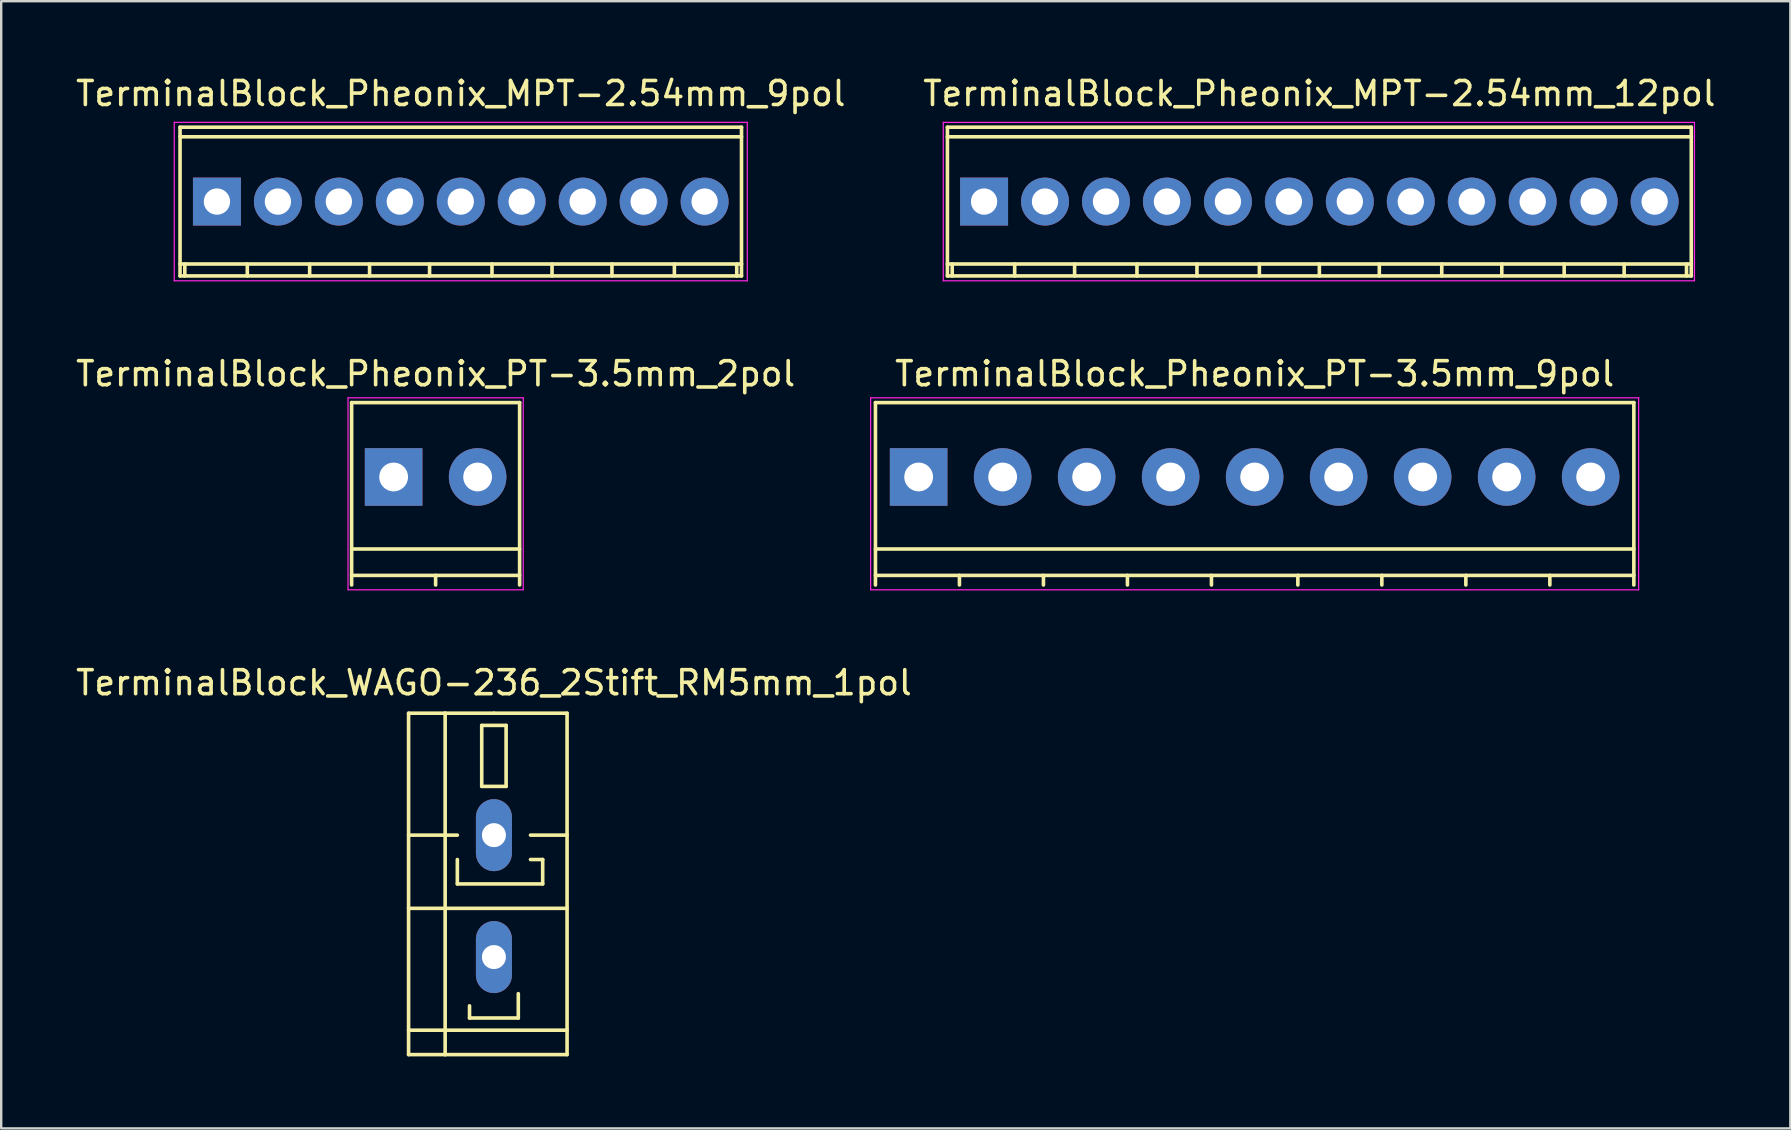
<source format=kicad_pcb>
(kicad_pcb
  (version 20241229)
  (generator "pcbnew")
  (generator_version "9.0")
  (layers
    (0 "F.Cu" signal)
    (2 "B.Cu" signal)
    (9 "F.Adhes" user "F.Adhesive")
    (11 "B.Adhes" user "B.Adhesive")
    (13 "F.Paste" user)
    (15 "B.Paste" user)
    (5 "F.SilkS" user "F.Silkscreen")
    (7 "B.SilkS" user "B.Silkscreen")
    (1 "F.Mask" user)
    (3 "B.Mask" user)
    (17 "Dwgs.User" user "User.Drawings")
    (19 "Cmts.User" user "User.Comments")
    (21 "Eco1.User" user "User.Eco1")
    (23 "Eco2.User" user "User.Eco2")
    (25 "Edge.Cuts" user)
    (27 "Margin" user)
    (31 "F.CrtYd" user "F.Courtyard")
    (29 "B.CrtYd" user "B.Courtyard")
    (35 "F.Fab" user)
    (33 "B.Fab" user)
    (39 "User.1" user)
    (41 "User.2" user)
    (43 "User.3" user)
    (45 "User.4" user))
  (footprint "TerminalBlock_Pheonix_MPT-2.54mm_9pol"
    (layer "F.Cu")
    (at 5.989 5.349)
    (property "Reference" "TerminalBlock_Pheonix_MPT-2.54mm_9pol" (at 10.16 -4.501 0) (layer "F.SilkS") (effects (font (size 1 1) (thickness 0.15))))
    (attr through_hole)
    (fp_line (start -1.539 -2.7) (end 21.859 -2.7) (stroke (width 0.15) (type solid)) (layer "F.SilkS"))
    (fp_line (start -1.539 3.099) (end 21.859 3.099) (stroke (width 0.15) (type solid)) (layer "F.SilkS"))
    (fp_line (start -1.537 -3.099) (end -1.537 3.099) (stroke (width 0.15) (type solid)) (layer "F.SilkS"))
    (fp_line (start -1.339 3.099) (end -1.339 2.601) (stroke (width 0.15) (type solid)) (layer "F.SilkS"))
    (fp_line (start 1.265 3.099) (end 1.265 2.601) (stroke (width 0.15) (type solid)) (layer "F.SilkS"))
    (fp_line (start 3.863 2.601) (end 3.863 3.099) (stroke (width 0.15) (type solid)) (layer "F.SilkS"))
    (fp_line (start 6.36 2.601) (end 6.36 3.099) (stroke (width 0.15) (type solid)) (layer "F.SilkS"))
    (fp_line (start 8.86 2.601) (end 8.86 3.099) (stroke (width 0.15) (type solid)) (layer "F.SilkS"))
    (fp_line (start 11.46 2.601) (end 11.46 3.099) (stroke (width 0.15) (type solid)) (layer "F.SilkS"))
    (fp_line (start 13.962 2.601) (end 13.962 3.099) (stroke (width 0.15) (type solid)) (layer "F.SilkS"))
    (fp_line (start 16.459 2.601) (end 16.459 3.099) (stroke (width 0.15) (type solid)) (layer "F.SilkS"))
    (fp_line (start 19.06 2.601) (end 19.06 3.099) (stroke (width 0.15) (type solid)) (layer "F.SilkS"))
    (fp_line (start 21.659 2.601) (end 21.659 3.099) (stroke (width 0.15) (type solid)) (layer "F.SilkS"))
    (fp_line (start 21.857 3.099) (end 21.857 -3.099) (stroke (width 0.15) (type solid)) (layer "F.SilkS"))
    (fp_line (start 21.859 -3.099) (end -1.539 -3.099) (stroke (width 0.15) (type solid)) (layer "F.SilkS"))
    (fp_line (start 21.859 2.601) (end -1.539 2.601) (stroke (width 0.15) (type solid)) (layer "F.SilkS"))
    (fp_line (start -1.778 -3.302) (end 22.098 -3.302) (stroke (width 0.05) (type solid)) (layer "F.CrtYd"))
    (fp_line (start -1.778 3.302) (end -1.778 -3.302) (stroke (width 0.05) (type solid)) (layer "F.CrtYd"))
    (fp_line (start 22.098 -3.302) (end 22.098 3.302) (stroke (width 0.05) (type solid)) (layer "F.CrtYd"))
    (fp_line (start 22.098 3.302) (end -1.778 3.302) (stroke (width 0.05) (type solid)) (layer "F.CrtYd"))
    (pad "1" thru_hole rect (at 0 0 180) (size 1.999 1.999) (drill 1.097) (layers "*.Cu" "*.Mask"))
    (pad "2" thru_hole oval (at 2.54 0 180) (size 1.999 1.999) (drill 1.097) (layers "*.Cu" "*.Mask"))
    (pad "3" thru_hole oval (at 5.08 0 180) (size 1.999 1.999) (drill 1.097) (layers "*.Cu" "*.Mask"))
    (pad "4" thru_hole oval (at 7.62 0 180) (size 1.999 1.999) (drill 1.097) (layers "*.Cu" "*.Mask"))
    (pad "5" thru_hole oval (at 10.16 0 180) (size 1.999 1.999) (drill 1.097) (layers "*.Cu" "*.Mask"))
    (pad "6" thru_hole oval (at 12.7 0 180) (size 1.999 1.999) (drill 1.097) (layers "*.Cu" "*.Mask"))
    (pad "7" thru_hole oval (at 15.24 0 180) (size 1.999 1.999) (drill 1.097) (layers "*.Cu" "*.Mask"))
    (pad "8" thru_hole oval (at 17.78 0 180) (size 1.999 1.999) (drill 1.097) (layers "*.Cu" "*.Mask"))
    (pad "9" thru_hole oval (at 20.32 0 180) (size 1.999 1.999) (drill 1.097) (layers "*.Cu" "*.Mask")))
  (footprint "TerminalBlock_Pheonix_PT-3.5mm_9pol"
    (layer "F.Cu")
    (at 35.227 16.824)
    (property "Reference" "TerminalBlock_Pheonix_PT-3.5mm_9pol" (at 14 -4.3 0) (layer "F.SilkS") (effects (font (size 1 1) (thickness 0.15))))
    (attr through_hole)
    (fp_line (start -1.8 -3.1) (end -1.8 4.5) (stroke (width 0.15) (type solid)) (layer "F.SilkS"))
    (fp_line (start -1.8 3) (end 29.8 3) (stroke (width 0.15) (type solid)) (layer "F.SilkS"))
    (fp_line (start -1.8 4.1) (end 29.8 4.1) (stroke (width 0.15) (type solid)) (layer "F.SilkS"))
    (fp_line (start 1.7 4.1) (end 1.7 4.5) (stroke (width 0.15) (type solid)) (layer "F.SilkS"))
    (fp_line (start 5.2 4.1) (end 5.2 4.5) (stroke (width 0.15) (type solid)) (layer "F.SilkS"))
    (fp_line (start 8.7 4.1) (end 8.7 4.5) (stroke (width 0.15) (type solid)) (layer "F.SilkS"))
    (fp_line (start 12.2 4.1) (end 12.2 4.5) (stroke (width 0.15) (type solid)) (layer "F.SilkS"))
    (fp_line (start 15.8 4.1) (end 15.8 4.5) (stroke (width 0.15) (type solid)) (layer "F.SilkS"))
    (fp_line (start 19.3 4.1) (end 19.3 4.5) (stroke (width 0.15) (type solid)) (layer "F.SilkS"))
    (fp_line (start 22.8 4.1) (end 22.8 4.5) (stroke (width 0.15) (type solid)) (layer "F.SilkS"))
    (fp_line (start 26.3 4.1) (end 26.3 4.5) (stroke (width 0.15) (type solid)) (layer "F.SilkS"))
    (fp_line (start 29.8 -3.1) (end -1.8 -3.1) (stroke (width 0.15) (type solid)) (layer "F.SilkS"))
    (fp_line (start 29.8 4.5) (end 29.8 -3.1) (stroke (width 0.15) (type solid)) (layer "F.SilkS"))
    (fp_line (start -2 -3.3) (end 30 -3.3) (stroke (width 0.05) (type solid)) (layer "F.CrtYd"))
    (fp_line (start -2 4.7) (end -2 -3.3) (stroke (width 0.05) (type solid)) (layer "F.CrtYd"))
    (fp_line (start 30 -3.3) (end 30 4.7) (stroke (width 0.05) (type solid)) (layer "F.CrtYd"))
    (fp_line (start 30 4.7) (end -2 4.7) (stroke (width 0.05) (type solid)) (layer "F.CrtYd"))
    (pad "1" thru_hole rect (at 0 0) (size 2.4 2.4) (drill 1.2) (layers "*.Cu" "*.Mask"))
    (pad "2" thru_hole circle (at 3.5 0) (size 2.4 2.4) (drill 1.2) (layers "*.Cu" "*.Mask"))
    (pad "3" thru_hole circle (at 7 0) (size 2.4 2.4) (drill 1.2) (layers "*.Cu" "*.Mask"))
    (pad "4" thru_hole circle (at 10.5 0) (size 2.4 2.4) (drill 1.2) (layers "*.Cu" "*.Mask"))
    (pad "5" thru_hole circle (at 14 0) (size 2.4 2.4) (drill 1.2) (layers "*.Cu" "*.Mask"))
    (pad "6" thru_hole circle (at 17.5 0) (size 2.4 2.4) (drill 1.2) (layers "*.Cu" "*.Mask"))
    (pad "7" thru_hole circle (at 21 0) (size 2.4 2.4) (drill 1.2) (layers "*.Cu" "*.Mask"))
    (pad "8" thru_hole circle (at 24.5 0) (size 2.4 2.4) (drill 1.2) (layers "*.Cu" "*.Mask"))
    (pad "9" thru_hole circle (at 28 0) (size 2.4 2.4) (drill 1.2) (layers "*.Cu" "*.Mask")))
  (footprint "TerminalBlock_Pheonix_MPT-2.54mm_12pol"
    (layer "F.Cu")
    (at 37.953 5.349)
    (property "Reference" "TerminalBlock_Pheonix_MPT-2.54mm_12pol" (at 13.97 -4.501 0) (layer "F.SilkS") (effects (font (size 1 1) (thickness 0.15))))
    (attr through_hole)
    (fp_line (start -1.529 -3.099) (end 29.469 -3.099) (stroke (width 0.15) (type solid)) (layer "F.SilkS"))
    (fp_line (start -1.529 2.601) (end 29.469 2.601) (stroke (width 0.15) (type solid)) (layer "F.SilkS"))
    (fp_line (start -1.527 -3.099) (end -1.527 3.099) (stroke (width 0.15) (type solid)) (layer "F.SilkS"))
    (fp_line (start -1.328 3.099) (end -1.328 2.601) (stroke (width 0.15) (type solid)) (layer "F.SilkS"))
    (fp_line (start 1.275 3.099) (end 1.275 2.601) (stroke (width 0.15) (type solid)) (layer "F.SilkS"))
    (fp_line (start 3.772 2.601) (end 3.772 3.099) (stroke (width 0.15) (type solid)) (layer "F.SilkS"))
    (fp_line (start 6.37 2.601) (end 6.37 3.099) (stroke (width 0.15) (type solid)) (layer "F.SilkS"))
    (fp_line (start 8.87 2.601) (end 8.87 3.099) (stroke (width 0.15) (type solid)) (layer "F.SilkS"))
    (fp_line (start 11.471 2.601) (end 11.471 3.099) (stroke (width 0.15) (type solid)) (layer "F.SilkS"))
    (fp_line (start 13.97 2.601) (end 13.97 3.099) (stroke (width 0.15) (type solid)) (layer "F.SilkS"))
    (fp_line (start 16.469 2.601) (end 16.469 3.099) (stroke (width 0.15) (type solid)) (layer "F.SilkS"))
    (fp_line (start 19.07 2.601) (end 19.07 3.099) (stroke (width 0.15) (type solid)) (layer "F.SilkS"))
    (fp_line (start 21.572 2.601) (end 21.572 3.099) (stroke (width 0.15) (type solid)) (layer "F.SilkS"))
    (fp_line (start 24.171 2.601) (end 24.171 3.099) (stroke (width 0.15) (type solid)) (layer "F.SilkS"))
    (fp_line (start 26.67 2.601) (end 26.67 3.099) (stroke (width 0.15) (type solid)) (layer "F.SilkS"))
    (fp_line (start 29.268 2.601) (end 29.268 3.099) (stroke (width 0.15) (type solid)) (layer "F.SilkS"))
    (fp_line (start 29.467 3.099) (end 29.467 -3.099) (stroke (width 0.15) (type solid)) (layer "F.SilkS"))
    (fp_line (start 29.469 -2.7) (end -1.529 -2.7) (stroke (width 0.15) (type solid)) (layer "F.SilkS"))
    (fp_line (start 29.469 3.099) (end -1.529 3.099) (stroke (width 0.15) (type solid)) (layer "F.SilkS"))
    (fp_line (start -1.7 -3.3) (end 29.6 -3.3) (stroke (width 0.05) (type solid)) (layer "F.CrtYd"))
    (fp_line (start -1.7 3.3) (end -1.7 -3.3) (stroke (width 0.05) (type solid)) (layer "F.CrtYd"))
    (fp_line (start 29.6 -3.3) (end 29.6 3.2) (stroke (width 0.05) (type solid)) (layer "F.CrtYd"))
    (fp_line (start 29.6 3.2) (end 29.6 3.3) (stroke (width 0.05) (type solid)) (layer "F.CrtYd"))
    (fp_line (start 29.6 3.3) (end -1.7 3.3) (stroke (width 0.05) (type solid)) (layer "F.CrtYd"))
    (pad "1" thru_hole rect (at 0 0 180) (size 1.999 1.999) (drill 1.097) (layers "*.Cu" "*.Mask"))
    (pad "2" thru_hole oval (at 2.54 0 180) (size 1.999 1.999) (drill 1.097) (layers "*.Cu" "*.Mask"))
    (pad "3" thru_hole oval (at 5.08 0 180) (size 1.999 1.999) (drill 1.097) (layers "*.Cu" "*.Mask"))
    (pad "4" thru_hole oval (at 7.62 0 180) (size 1.999 1.999) (drill 1.097) (layers "*.Cu" "*.Mask"))
    (pad "5" thru_hole oval (at 10.16 0 180) (size 1.999 1.999) (drill 1.097) (layers "*.Cu" "*.Mask"))
    (pad "6" thru_hole oval (at 12.7 0 180) (size 1.999 1.999) (drill 1.097) (layers "*.Cu" "*.Mask"))
    (pad "7" thru_hole oval (at 15.24 0 180) (size 1.999 1.999) (drill 1.097) (layers "*.Cu" "*.Mask"))
    (pad "8" thru_hole oval (at 17.78 0 180) (size 1.999 1.999) (drill 1.097) (layers "*.Cu" "*.Mask"))
    (pad "9" thru_hole oval (at 20.32 0 180) (size 1.999 1.999) (drill 1.097) (layers "*.Cu" "*.Mask"))
    (pad "10" thru_hole oval (at 22.86 0 180) (size 1.999 1.999) (drill 1.097) (layers "*.Cu" "*.Mask"))
    (pad "11" thru_hole oval (at 25.4 0 180) (size 1.999 1.999) (drill 1.097) (layers "*.Cu" "*.Mask"))
    (pad "12" thru_hole oval (at 27.94 0 180) (size 1.999 1.999) (drill 1.097) (layers "*.Cu" "*.Mask")))
  (footprint "TerminalBlock_WAGO-236_2Stift_RM5mm_1pol"
    (layer "F.Cu")
    (at 17.53 34.288)
    (property "Reference" "TerminalBlock_WAGO-236_2Stift_RM5mm_1pol" (at 0 -8.89 0) (layer "F.SilkS") (effects (font (size 1 1) (thickness 0.15))))
    (attr through_hole)
    (fp_line (start -3.556 -7.62) (end -2.032 -7.62) (stroke (width 0.15) (type solid)) (layer "F.SilkS"))
    (fp_line (start -3.556 -2.54) (end -1.524 -2.54) (stroke (width 0.15) (type solid)) (layer "F.SilkS"))
    (fp_line (start -3.556 0.508) (end 3.048 0.508) (stroke (width 0.15) (type solid)) (layer "F.SilkS"))
    (fp_line (start -3.556 5.588) (end 3.048 5.588) (stroke (width 0.15) (type solid)) (layer "F.SilkS"))
    (fp_line (start -3.556 6.604) (end -3.556 -7.62) (stroke (width 0.15) (type solid)) (layer "F.SilkS"))
    (fp_line (start -2.032 -7.62) (end 0 -7.62) (stroke (width 0.15) (type solid)) (layer "F.SilkS"))
    (fp_line (start -2.032 6.604) (end -3.556 6.604) (stroke (width 0.15) (type solid)) (layer "F.SilkS"))
    (fp_line (start -2.032 6.604) (end -2.032 -7.62) (stroke (width 0.15) (type solid)) (layer "F.SilkS"))
    (fp_line (start -1.524 -1.524) (end -1.524 -0.508) (stroke (width 0.15) (type solid)) (layer "F.SilkS"))
    (fp_line (start -1.524 -0.508) (end 2.032 -0.508) (stroke (width 0.15) (type solid)) (layer "F.SilkS"))
    (fp_line (start -1.016 4.572) (end -1.016 5.08) (stroke (width 0.15) (type solid)) (layer "F.SilkS"))
    (fp_line (start -1.016 5.08) (end 1.016 5.08) (stroke (width 0.15) (type solid)) (layer "F.SilkS"))
    (fp_line (start -0.508 -7.112) (end 0.508 -7.112) (stroke (width 0.15) (type solid)) (layer "F.SilkS"))
    (fp_line (start -0.508 -4.572) (end -0.508 -7.112) (stroke (width 0.15) (type solid)) (layer "F.SilkS"))
    (fp_line (start 0 -7.62) (end 3.048 -7.62) (stroke (width 0.15) (type solid)) (layer "F.SilkS"))
    (fp_line (start 0.508 -7.112) (end 0.508 -4.572) (stroke (width 0.15) (type solid)) (layer "F.SilkS"))
    (fp_line (start 0.508 -4.572) (end -0.508 -4.572) (stroke (width 0.15) (type solid)) (layer "F.SilkS"))
    (fp_line (start 1.016 5.08) (end 1.016 4.064) (stroke (width 0.15) (type solid)) (layer "F.SilkS"))
    (fp_line (start 1.524 -2.54) (end 3.048 -2.54) (stroke (width 0.15) (type solid)) (layer "F.SilkS"))
    (fp_line (start 2.032 -1.524) (end 1.524 -1.524) (stroke (width 0.15) (type solid)) (layer "F.SilkS"))
    (fp_line (start 2.032 -0.508) (end 2.032 -1.524) (stroke (width 0.15) (type solid)) (layer "F.SilkS"))
    (fp_line (start 3.048 -7.62) (end 3.048 6.604) (stroke (width 0.15) (type solid)) (layer "F.SilkS"))
    (fp_line (start 3.048 6.604) (end -2.032 6.604) (stroke (width 0.15) (type solid)) (layer "F.SilkS"))
    (pad "1" thru_hole oval (at 0 -2.54 90) (size 3 1.501) (drill 1.001) (layers "*.Cu" "*.Mask"))
    (pad "1" thru_hole oval (at 0 2.54 90) (size 3 1.501) (drill 1.001) (layers "*.Cu" "*.Mask")))
  (footprint "TerminalBlock_Pheonix_PT-3.5mm_2pol"
    (layer "F.Cu")
    (at 13.351 16.824)
    (property "Reference" "TerminalBlock_Pheonix_PT-3.5mm_2pol" (at 1.75 -4.3 0) (layer "F.SilkS") (effects (font (size 1 1) (thickness 0.15))))
    (attr through_hole)
    (fp_line (start -1.75 -3.1) (end -1.75 4.5) (stroke (width 0.15) (type solid)) (layer "F.SilkS"))
    (fp_line (start -1.75 3) (end 5.25 3) (stroke (width 0.15) (type solid)) (layer "F.SilkS"))
    (fp_line (start -1.75 4.1) (end 5.25 4.1) (stroke (width 0.15) (type solid)) (layer "F.SilkS"))
    (fp_line (start 1.75 4.1) (end 1.75 4.5) (stroke (width 0.15) (type solid)) (layer "F.SilkS"))
    (fp_line (start 5.25 -3.1) (end -1.75 -3.1) (stroke (width 0.15) (type solid)) (layer "F.SilkS"))
    (fp_line (start 5.25 4.5) (end 5.25 -3.1) (stroke (width 0.15) (type solid)) (layer "F.SilkS"))
    (fp_line (start -1.9 -3.3) (end 5.4 -3.3) (stroke (width 0.05) (type solid)) (layer "F.CrtYd"))
    (fp_line (start -1.9 4.7) (end -1.9 -3.3) (stroke (width 0.05) (type solid)) (layer "F.CrtYd"))
    (fp_line (start 5.4 -3.3) (end 5.4 4.7) (stroke (width 0.05) (type solid)) (layer "F.CrtYd"))
    (fp_line (start 5.4 4.7) (end -1.9 4.7) (stroke (width 0.05) (type solid)) (layer "F.CrtYd"))
    (pad "1" thru_hole rect (at 0 0) (size 2.4 2.4) (drill 1.2) (layers "*.Cu" "*.Mask"))
    (pad "2" thru_hole circle (at 3.5 0) (size 2.4 2.4) (drill 1.2) (layers "*.Cu" "*.Mask")))
  (gr_rect
    (start -3 -3)
    (end 71.548 43.967)
    (stroke (width 0.1) (type default))
    (fill no)
    (layer "Edge.Cuts")))
</source>
